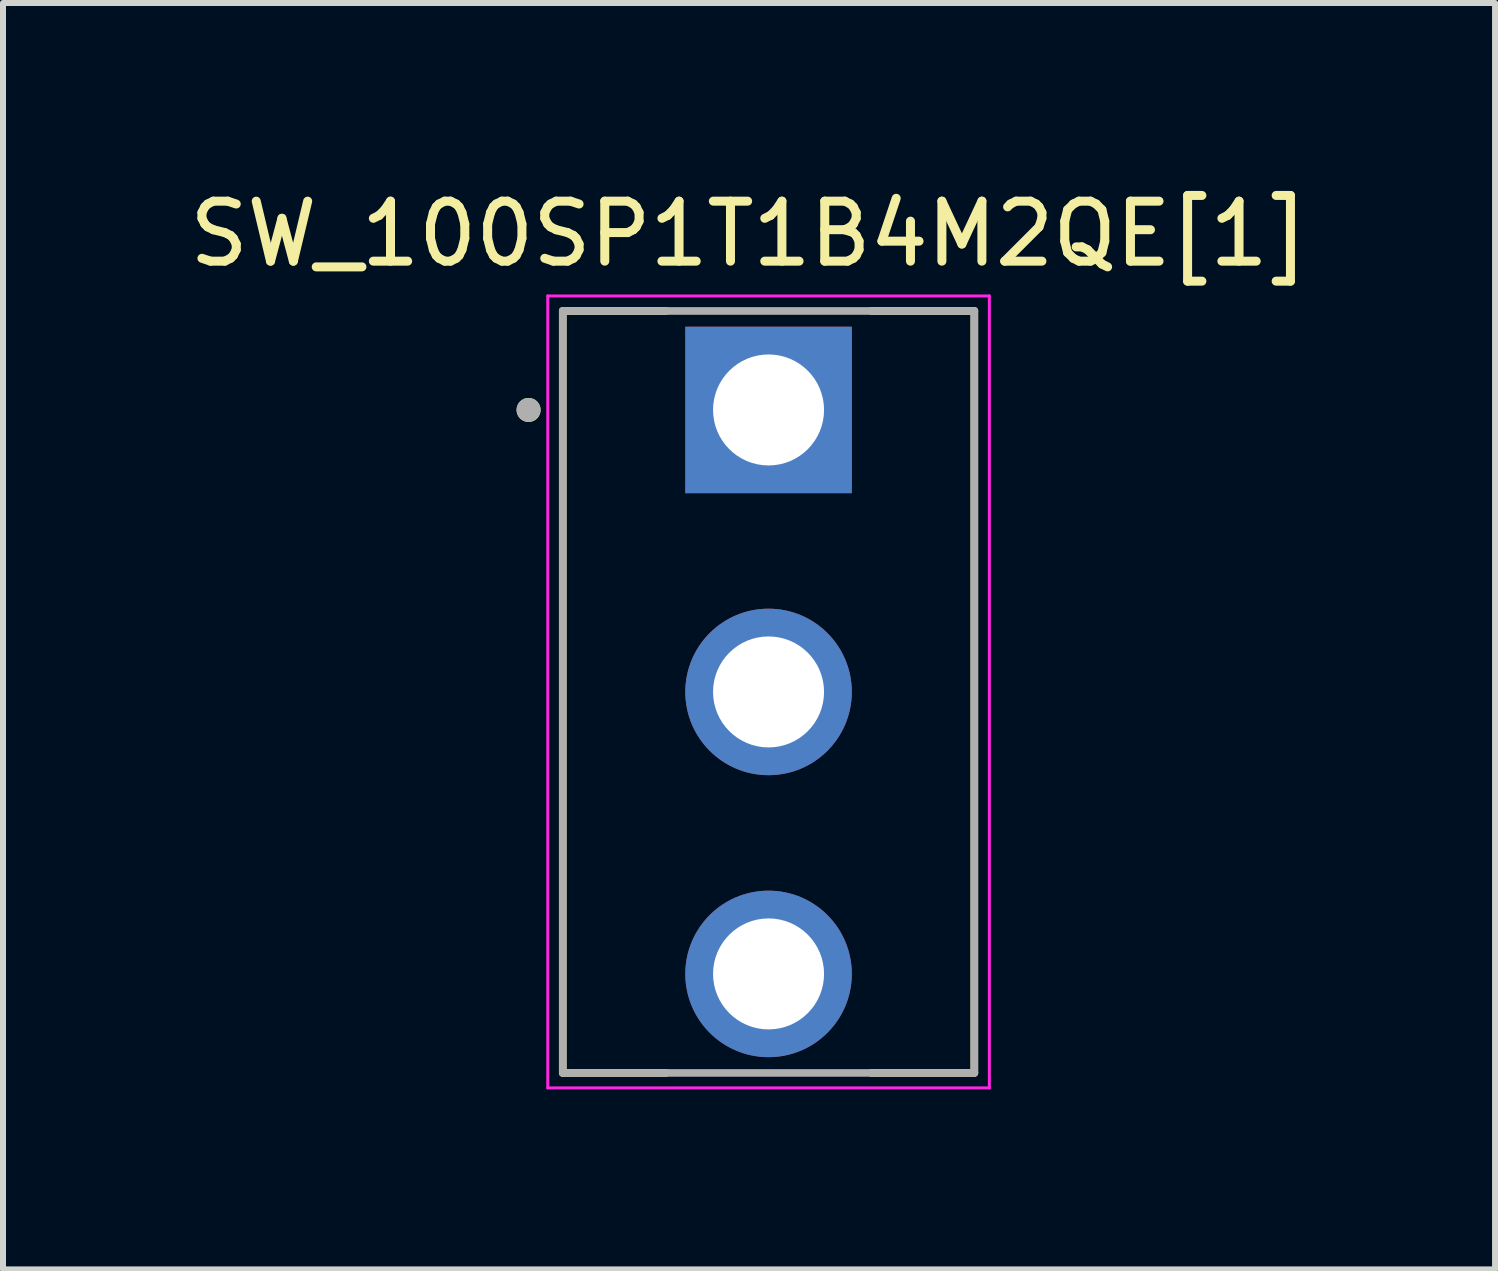
<source format=kicad_pcb>
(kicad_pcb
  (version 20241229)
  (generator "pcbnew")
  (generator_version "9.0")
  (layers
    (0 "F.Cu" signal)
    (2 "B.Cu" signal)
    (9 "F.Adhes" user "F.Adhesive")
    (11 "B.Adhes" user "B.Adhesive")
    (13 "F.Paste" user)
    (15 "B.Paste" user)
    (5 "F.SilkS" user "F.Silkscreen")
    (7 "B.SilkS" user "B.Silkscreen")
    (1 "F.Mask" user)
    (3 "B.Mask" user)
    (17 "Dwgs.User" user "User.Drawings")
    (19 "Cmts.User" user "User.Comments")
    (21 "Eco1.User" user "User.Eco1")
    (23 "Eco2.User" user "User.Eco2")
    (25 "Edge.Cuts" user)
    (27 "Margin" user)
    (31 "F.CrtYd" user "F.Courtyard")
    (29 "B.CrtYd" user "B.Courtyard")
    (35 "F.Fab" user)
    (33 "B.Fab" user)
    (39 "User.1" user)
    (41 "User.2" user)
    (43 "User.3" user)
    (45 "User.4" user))
  (footprint "SW_100SP1T1B4M2QE[1]"
    (layer "F.Cu")
    (at 9.76 8.483)
    (property "Reference" "SW_100SP1T1B4M2QE[1]" (at -0.325 -7.635 0) (layer "F.SilkS") (effects (font (size 1 1) (thickness 0.15))))
    (attr through_hole)
    (fp_line (start -3.43 6.35) (end -3.43 -6.35) (stroke (width 0.127) (type solid)) (layer "F.SilkS"))
    (fp_line (start -1.71 -6.35) (end -3.43 -6.35) (stroke (width 0.127) (type solid)) (layer "F.SilkS"))
    (fp_line (start -1.71 6.35) (end -3.43 6.35) (stroke (width 0.127) (type solid)) (layer "F.SilkS"))
    (fp_line (start 3.43 -6.35) (end 1.71 -6.35) (stroke (width 0.127) (type solid)) (layer "F.SilkS"))
    (fp_line (start 3.43 -6.35) (end 3.43 6.35) (stroke (width 0.127) (type solid)) (layer "F.SilkS"))
    (fp_line (start 3.43 6.35) (end 1.71 6.35) (stroke (width 0.127) (type solid)) (layer "F.SilkS"))
    (fp_circle (center -4 -4.7) (end -3.9 -4.7) (stroke (width 0.2) (type solid)) (fill no) (layer "F.SilkS"))
    (fp_line (start -3.68 -6.6) (end -3.68 6.6) (stroke (width 0.05) (type solid)) (layer "F.CrtYd"))
    (fp_line (start -3.68 6.6) (end 3.68 6.6) (stroke (width 0.05) (type solid)) (layer "F.CrtYd"))
    (fp_line (start 3.68 -6.6) (end -3.68 -6.6) (stroke (width 0.05) (type solid)) (layer "F.CrtYd"))
    (fp_line (start 3.68 6.6) (end 3.68 -6.6) (stroke (width 0.05) (type solid)) (layer "F.CrtYd"))
    (fp_line (start -3.43 -6.35) (end -3.43 6.35) (stroke (width 0.127) (type solid)) (layer "F.Fab"))
    (fp_line (start -3.43 6.35) (end 3.43 6.35) (stroke (width 0.127) (type solid)) (layer "F.Fab"))
    (fp_line (start 3.43 -6.35) (end -3.43 -6.35) (stroke (width 0.127) (type solid)) (layer "F.Fab"))
    (fp_line (start 3.43 6.35) (end 3.43 -6.35) (stroke (width 0.127) (type solid)) (layer "F.Fab"))
    (fp_circle (center -4 -4.7) (end -3.9 -4.7) (stroke (width 0.2) (type solid)) (fill no) (layer "F.Fab"))
    (pad "1" thru_hole rect (at 0 -4.7) (size 2.775 2.775) (drill 1.85) (layers "*.Cu" "*.Mask"))
    (pad "2" thru_hole circle (at 0 0) (size 2.775 2.775) (drill 1.85) (layers "*.Cu" "*.Mask"))
    (pad "3" thru_hole circle (at 0 4.7) (size 2.775 2.775) (drill 1.85) (layers "*.Cu" "*.Mask")))
  (gr_rect
    (start -3 -3)
    (end 21.869 18.108)
    (stroke (width 0.1) (type default))
    (fill no)
    (layer "Edge.Cuts")))
</source>
